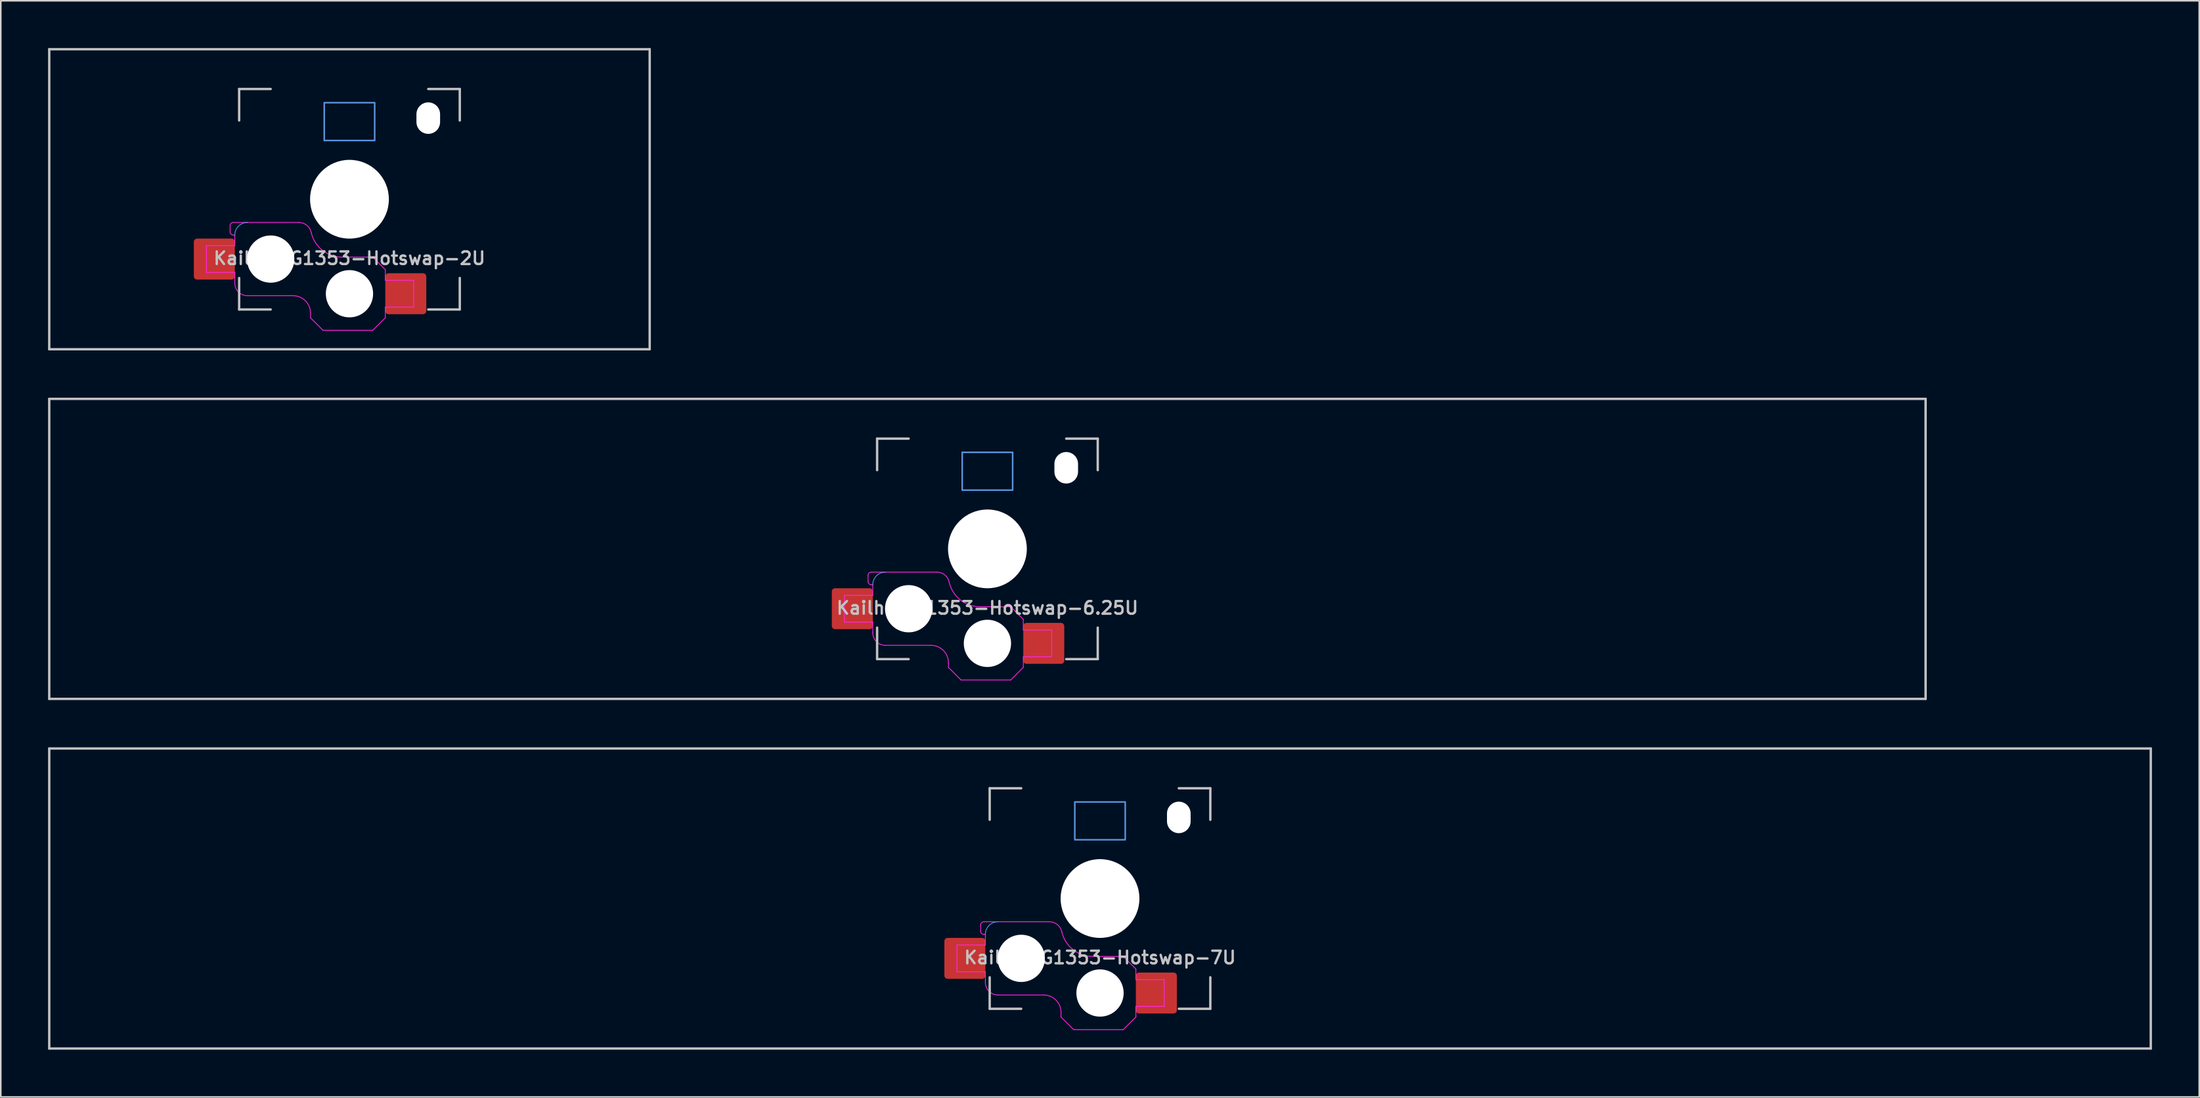
<source format=kicad_pcb>
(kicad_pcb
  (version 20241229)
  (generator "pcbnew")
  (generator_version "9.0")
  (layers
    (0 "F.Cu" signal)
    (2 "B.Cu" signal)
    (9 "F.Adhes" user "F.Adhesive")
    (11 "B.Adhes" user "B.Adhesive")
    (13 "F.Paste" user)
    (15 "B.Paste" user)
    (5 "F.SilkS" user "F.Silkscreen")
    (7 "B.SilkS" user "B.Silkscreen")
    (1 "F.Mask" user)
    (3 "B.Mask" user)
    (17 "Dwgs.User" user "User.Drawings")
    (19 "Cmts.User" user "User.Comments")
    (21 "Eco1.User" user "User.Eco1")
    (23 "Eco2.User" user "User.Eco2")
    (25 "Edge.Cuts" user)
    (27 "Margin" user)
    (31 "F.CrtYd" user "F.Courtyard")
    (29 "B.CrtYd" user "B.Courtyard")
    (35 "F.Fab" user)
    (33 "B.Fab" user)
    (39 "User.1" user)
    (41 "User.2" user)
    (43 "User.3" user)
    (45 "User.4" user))
  (footprint "Kailh-PG1353-Hotswap-6.25U"
    (layer "F.Cu")
    (at 59.606 31.8)
    (property "Reference" "Kailh-PG1353-Hotswap-6.25U" (at 0 3.75 0) (layer "Dwgs.User") (effects (font (size 0.8 0.8) (thickness 0.15))))
    (attr smd)
    (fp_line (start -59.531 -9.525) (end -59.531 9.525) (stroke (width 0.15) (type solid)) (layer "Dwgs.User"))
    (fp_line (start -7 -7) (end -5 -7) (stroke (width 0.15) (type solid)) (layer "Dwgs.User"))
    (fp_line (start -7 -5) (end -7 -7) (stroke (width 0.15) (type solid)) (layer "Dwgs.User"))
    (fp_line (start -7 5) (end -7 7) (stroke (width 0.15) (type solid)) (layer "Dwgs.User"))
    (fp_line (start -7 7) (end -5 7) (stroke (width 0.15) (type solid)) (layer "Dwgs.User"))
    (fp_line (start 5 -7) (end 7 -7) (stroke (width 0.15) (type solid)) (layer "Dwgs.User"))
    (fp_line (start 7 -7) (end 7 -5) (stroke (width 0.15) (type solid)) (layer "Dwgs.User"))
    (fp_line (start 7 5) (end 7 7) (stroke (width 0.15) (type solid)) (layer "Dwgs.User"))
    (fp_line (start 7 7) (end 5 7) (stroke (width 0.15) (type solid)) (layer "Dwgs.User"))
    (fp_line (start 59.531 -9.525) (end -59.531 -9.525) (stroke (width 0.15) (type solid)) (layer "Dwgs.User"))
    (fp_line (start 59.531 -9.525) (end 59.531 9.525) (stroke (width 0.15) (type solid)) (layer "Dwgs.User"))
    (fp_line (start 59.531 9.525) (end -59.531 9.525) (stroke (width 0.15) (type solid)) (layer "Dwgs.User"))
    (fp_rect (start -1.6 -3.73) (end 1.6 -6.13) (stroke (width 0.1) (type default)) (fill no) (layer "Cmts.User"))
    (fp_arc (start -7.274998 2.275) (mid -7.04069 1.709309) (end -6.475 1.475) (stroke (width 0.05) (type default)) (layer "Cmts.User"))
    (fp_line (start -9.075 2.95) (end -9.075 4.65) (stroke (width 0.05) (type default)) (layer "F.CrtYd"))
    (fp_line (start -9.075 4.65) (end -7.275 4.65) (stroke (width 0.05) (type default)) (layer "F.CrtYd"))
    (fp_line (start -7.575 1.675) (end -7.575 2.075) (stroke (width 0.05) (type default)) (layer "F.CrtYd"))
    (fp_line (start -7.375 2.275) (end -7.275 2.275) (stroke (width 0.05) (type default)) (layer "F.CrtYd"))
    (fp_line (start -7.275 2.275) (end -7.275 2.95) (stroke (width 0.05) (type default)) (layer "F.CrtYd"))
    (fp_line (start -7.275 2.95) (end -9.075 2.95) (stroke (width 0.05) (type default)) (layer "F.CrtYd"))
    (fp_line (start -7.275 5.325) (end -7.275 4.65) (stroke (width 0.05) (type default)) (layer "F.CrtYd"))
    (fp_line (start -6.475 1.475) (end -7.375 1.475) (stroke (width 0.05) (type default)) (layer "F.CrtYd"))
    (fp_line (start -6.475 1.475) (end -3.21 1.475) (stroke (width 0.05) (type default)) (layer "F.CrtYd"))
    (fp_line (start -3.575 6.125) (end -6.475 6.125) (stroke (width 0.05) (type default)) (layer "F.CrtYd"))
    (fp_line (start -2.475 7.525) (end -2.475 7.236) (stroke (width 0.05) (type default)) (layer "F.CrtYd"))
    (fp_line (start -1.675 8.325) (end -2.475 7.525) (stroke (width 0.05) (type default)) (layer "F.CrtYd"))
    (fp_line (start -0.475 3.675) (end 1.475 3.675) (stroke (width 0.05) (type default)) (layer "F.CrtYd"))
    (fp_line (start 1.475 3.675) (end 2.275 4.475) (stroke (width 0.05) (type default)) (layer "F.CrtYd"))
    (fp_line (start 1.475 8.325) (end -1.675 8.325) (stroke (width 0.05) (type default)) (layer "F.CrtYd"))
    (fp_line (start 2.275 4.475) (end 2.275 5.15) (stroke (width 0.05) (type default)) (layer "F.CrtYd"))
    (fp_line (start 2.275 5.15) (end 4.075 5.15) (stroke (width 0.05) (type default)) (layer "F.CrtYd"))
    (fp_line (start 2.275 7.525) (end 1.475 8.325) (stroke (width 0.05) (type default)) (layer "F.CrtYd"))
    (fp_line (start 2.275 7.525) (end 2.275 6.85) (stroke (width 0.05) (type default)) (layer "F.CrtYd"))
    (fp_line (start 4.075 5.15) (end 4.075 6.85) (stroke (width 0.05) (type default)) (layer "F.CrtYd"))
    (fp_line (start 4.075 6.85) (end 2.275 6.85) (stroke (width 0.05) (type default)) (layer "F.CrtYd"))
    (fp_arc (start -7.575 1.674988) (mid -7.516429 1.533562) (end -7.375 1.475) (stroke (width 0.05) (type default)) (layer "F.CrtYd"))
    (fp_arc (start -7.375029 2.275) (mid -7.51647 2.216449) (end -7.575 2.075) (stroke (width 0.05) (type default)) (layer "F.CrtYd"))
    (fp_arc (start -6.475029 6.125) (mid -7.040734 5.890713) (end -7.275 5.325) (stroke (width 0.05) (type default)) (layer "F.CrtYd"))
    (fp_arc (start -3.575029 6.125) (mid -2.793163 6.451277) (end -2.475 7.236481) (stroke (width 0.05) (type default)) (layer "F.CrtYd"))
    (fp_arc (start -3.209929 1.475) (mid -2.708523 1.651657) (end -2.428542 2.103571) (stroke (width 0.05) (type default)) (layer "F.CrtYd"))
    (fp_arc (start -0.474999 3.675) (mid -1.728566 3.233387) (end -2.428542 2.103571) (stroke (width 0.05) (type default)) (layer "F.CrtYd"))
    (pad "" np_thru_hole circle (at -5 3.8 180) (size 3 3) (drill 3) (layers "*.Cu" "*.Mask"))
    (pad "" np_thru_hole circle (at 0 0 180) (size 5 5) (drill 5.1) (layers "*.Cu" "*.Mask"))
    (pad "" np_thru_hole circle (at 0 6 180) (size 3 3) (drill 3) (layers "*.Cu" "*.Mask"))
    (pad "" np_thru_hole oval (at 5 -5.15 180) (size 1.5 2) (drill oval 1.5 2) (layers "*.Cu" "*.Mask"))
    (pad "1" smd roundrect (at -8.575 3.8 180) (size 2.6 2.6) (layers "F.Cu" "F.Mask" "F.Paste") (roundrect_rratio 0.077))
    (pad "2" smd roundrect (at 3.575 6 180) (size 2.6 2.6) (layers "F.Cu" "F.Mask" "F.Paste") (roundrect_rratio 0.077)))
  (footprint "Kailh-PG1353-Hotswap-7U"
    (layer "F.Cu")
    (at 66.75 54)
    (property "Reference" "Kailh-PG1353-Hotswap-7U" (at 0 3.75 0) (layer "Dwgs.User") (effects (font (size 0.8 0.8) (thickness 0.15))))
    (attr smd)
    (fp_line (start -66.675 -9.525) (end -66.675 9.525) (stroke (width 0.15) (type solid)) (layer "Dwgs.User"))
    (fp_line (start -7 -7) (end -5 -7) (stroke (width 0.15) (type solid)) (layer "Dwgs.User"))
    (fp_line (start -7 -5) (end -7 -7) (stroke (width 0.15) (type solid)) (layer "Dwgs.User"))
    (fp_line (start -7 5) (end -7 7) (stroke (width 0.15) (type solid)) (layer "Dwgs.User"))
    (fp_line (start -7 7) (end -5 7) (stroke (width 0.15) (type solid)) (layer "Dwgs.User"))
    (fp_line (start 5 -7) (end 7 -7) (stroke (width 0.15) (type solid)) (layer "Dwgs.User"))
    (fp_line (start 7 -7) (end 7 -5) (stroke (width 0.15) (type solid)) (layer "Dwgs.User"))
    (fp_line (start 7 5) (end 7 7) (stroke (width 0.15) (type solid)) (layer "Dwgs.User"))
    (fp_line (start 7 7) (end 5 7) (stroke (width 0.15) (type solid)) (layer "Dwgs.User"))
    (fp_line (start 66.675 -9.525) (end -66.675 -9.525) (stroke (width 0.15) (type solid)) (layer "Dwgs.User"))
    (fp_line (start 66.675 -9.525) (end 66.675 9.525) (stroke (width 0.15) (type solid)) (layer "Dwgs.User"))
    (fp_line (start 66.675 9.525) (end -66.675 9.525) (stroke (width 0.15) (type solid)) (layer "Dwgs.User"))
    (fp_rect (start -1.6 -3.73) (end 1.6 -6.13) (stroke (width 0.1) (type default)) (fill no) (layer "Cmts.User"))
    (fp_arc (start -7.274998 2.275) (mid -7.04069 1.709309) (end -6.475 1.475) (stroke (width 0.05) (type default)) (layer "Cmts.User"))
    (fp_line (start -9.075 2.95) (end -9.075 4.65) (stroke (width 0.05) (type default)) (layer "F.CrtYd"))
    (fp_line (start -9.075 4.65) (end -7.275 4.65) (stroke (width 0.05) (type default)) (layer "F.CrtYd"))
    (fp_line (start -7.575 1.675) (end -7.575 2.075) (stroke (width 0.05) (type default)) (layer "F.CrtYd"))
    (fp_line (start -7.375 2.275) (end -7.275 2.275) (stroke (width 0.05) (type default)) (layer "F.CrtYd"))
    (fp_line (start -7.275 2.275) (end -7.275 2.95) (stroke (width 0.05) (type default)) (layer "F.CrtYd"))
    (fp_line (start -7.275 2.95) (end -9.075 2.95) (stroke (width 0.05) (type default)) (layer "F.CrtYd"))
    (fp_line (start -7.275 5.325) (end -7.275 4.65) (stroke (width 0.05) (type default)) (layer "F.CrtYd"))
    (fp_line (start -6.475 1.475) (end -7.375 1.475) (stroke (width 0.05) (type default)) (layer "F.CrtYd"))
    (fp_line (start -6.475 1.475) (end -3.21 1.475) (stroke (width 0.05) (type default)) (layer "F.CrtYd"))
    (fp_line (start -3.575 6.125) (end -6.475 6.125) (stroke (width 0.05) (type default)) (layer "F.CrtYd"))
    (fp_line (start -2.475 7.525) (end -2.475 7.236) (stroke (width 0.05) (type default)) (layer "F.CrtYd"))
    (fp_line (start -1.675 8.325) (end -2.475 7.525) (stroke (width 0.05) (type default)) (layer "F.CrtYd"))
    (fp_line (start -0.475 3.675) (end 1.475 3.675) (stroke (width 0.05) (type default)) (layer "F.CrtYd"))
    (fp_line (start 1.475 3.675) (end 2.275 4.475) (stroke (width 0.05) (type default)) (layer "F.CrtYd"))
    (fp_line (start 1.475 8.325) (end -1.675 8.325) (stroke (width 0.05) (type default)) (layer "F.CrtYd"))
    (fp_line (start 2.275 4.475) (end 2.275 5.15) (stroke (width 0.05) (type default)) (layer "F.CrtYd"))
    (fp_line (start 2.275 5.15) (end 4.075 5.15) (stroke (width 0.05) (type default)) (layer "F.CrtYd"))
    (fp_line (start 2.275 7.525) (end 1.475 8.325) (stroke (width 0.05) (type default)) (layer "F.CrtYd"))
    (fp_line (start 2.275 7.525) (end 2.275 6.85) (stroke (width 0.05) (type default)) (layer "F.CrtYd"))
    (fp_line (start 4.075 5.15) (end 4.075 6.85) (stroke (width 0.05) (type default)) (layer "F.CrtYd"))
    (fp_line (start 4.075 6.85) (end 2.275 6.85) (stroke (width 0.05) (type default)) (layer "F.CrtYd"))
    (fp_arc (start -7.575 1.674988) (mid -7.516429 1.533562) (end -7.375 1.475) (stroke (width 0.05) (type default)) (layer "F.CrtYd"))
    (fp_arc (start -7.375029 2.275) (mid -7.51647 2.216449) (end -7.575 2.075) (stroke (width 0.05) (type default)) (layer "F.CrtYd"))
    (fp_arc (start -6.475029 6.125) (mid -7.040734 5.890713) (end -7.275 5.325) (stroke (width 0.05) (type default)) (layer "F.CrtYd"))
    (fp_arc (start -3.575029 6.125) (mid -2.793163 6.451277) (end -2.475 7.236481) (stroke (width 0.05) (type default)) (layer "F.CrtYd"))
    (fp_arc (start -3.209929 1.475) (mid -2.708523 1.651657) (end -2.428542 2.103571) (stroke (width 0.05) (type default)) (layer "F.CrtYd"))
    (fp_arc (start -0.474999 3.675) (mid -1.728566 3.233387) (end -2.428542 2.103571) (stroke (width 0.05) (type default)) (layer "F.CrtYd"))
    (pad "" np_thru_hole circle (at -5 3.8 180) (size 3 3) (drill 3) (layers "*.Cu" "*.Mask"))
    (pad "" np_thru_hole circle (at 0 0 180) (size 5 5) (drill 5.1) (layers "*.Cu" "*.Mask"))
    (pad "" np_thru_hole circle (at 0 6 180) (size 3 3) (drill 3) (layers "*.Cu" "*.Mask"))
    (pad "" np_thru_hole oval (at 5 -5.15 180) (size 1.5 2) (drill oval 1.5 2) (layers "*.Cu" "*.Mask"))
    (pad "1" smd roundrect (at -8.575 3.8 180) (size 2.6 2.6) (layers "F.Cu" "F.Mask" "F.Paste") (roundrect_rratio 0.077))
    (pad "2" smd roundrect (at 3.575 6 180) (size 2.6 2.6) (layers "F.Cu" "F.Mask" "F.Paste") (roundrect_rratio 0.077)))
  (footprint "Kailh-PG1353-Hotswap-2U"
    (layer "F.Cu")
    (at 19.125 9.6)
    (property "Reference" "Kailh-PG1353-Hotswap-2U" (at 0 3.75 0) (layer "Dwgs.User") (effects (font (size 0.8 0.8) (thickness 0.15))))
    (attr smd)
    (fp_line (start -19.05 -9.525) (end -19.05 9.525) (stroke (width 0.15) (type solid)) (layer "Dwgs.User"))
    (fp_line (start -7 -7) (end -5 -7) (stroke (width 0.15) (type solid)) (layer "Dwgs.User"))
    (fp_line (start -7 -5) (end -7 -7) (stroke (width 0.15) (type solid)) (layer "Dwgs.User"))
    (fp_line (start -7 5) (end -7 7) (stroke (width 0.15) (type solid)) (layer "Dwgs.User"))
    (fp_line (start -7 7) (end -5 7) (stroke (width 0.15) (type solid)) (layer "Dwgs.User"))
    (fp_line (start 5 -7) (end 7 -7) (stroke (width 0.15) (type solid)) (layer "Dwgs.User"))
    (fp_line (start 7 -7) (end 7 -5) (stroke (width 0.15) (type solid)) (layer "Dwgs.User"))
    (fp_line (start 7 5) (end 7 7) (stroke (width 0.15) (type solid)) (layer "Dwgs.User"))
    (fp_line (start 7 7) (end 5 7) (stroke (width 0.15) (type solid)) (layer "Dwgs.User"))
    (fp_line (start 19.05 -9.525) (end -19.05 -9.525) (stroke (width 0.15) (type solid)) (layer "Dwgs.User"))
    (fp_line (start 19.05 -9.525) (end 19.05 9.525) (stroke (width 0.15) (type solid)) (layer "Dwgs.User"))
    (fp_line (start 19.05 9.525) (end -19.05 9.525) (stroke (width 0.15) (type solid)) (layer "Dwgs.User"))
    (fp_rect (start -1.6 -3.73) (end 1.6 -6.13) (stroke (width 0.1) (type default)) (fill no) (layer "Cmts.User"))
    (fp_arc (start -7.274998 2.275) (mid -7.04069 1.709309) (end -6.475 1.475) (stroke (width 0.05) (type default)) (layer "Cmts.User"))
    (fp_line (start -9.075 2.95) (end -9.075 4.65) (stroke (width 0.05) (type default)) (layer "F.CrtYd"))
    (fp_line (start -9.075 4.65) (end -7.275 4.65) (stroke (width 0.05) (type default)) (layer "F.CrtYd"))
    (fp_line (start -7.575 1.675) (end -7.575 2.075) (stroke (width 0.05) (type default)) (layer "F.CrtYd"))
    (fp_line (start -7.375 2.275) (end -7.275 2.275) (stroke (width 0.05) (type default)) (layer "F.CrtYd"))
    (fp_line (start -7.275 2.275) (end -7.275 2.95) (stroke (width 0.05) (type default)) (layer "F.CrtYd"))
    (fp_line (start -7.275 2.95) (end -9.075 2.95) (stroke (width 0.05) (type default)) (layer "F.CrtYd"))
    (fp_line (start -7.275 5.325) (end -7.275 4.65) (stroke (width 0.05) (type default)) (layer "F.CrtYd"))
    (fp_line (start -6.475 1.475) (end -7.375 1.475) (stroke (width 0.05) (type default)) (layer "F.CrtYd"))
    (fp_line (start -6.475 1.475) (end -3.21 1.475) (stroke (width 0.05) (type default)) (layer "F.CrtYd"))
    (fp_line (start -3.575 6.125) (end -6.475 6.125) (stroke (width 0.05) (type default)) (layer "F.CrtYd"))
    (fp_line (start -2.475 7.525) (end -2.475 7.236) (stroke (width 0.05) (type default)) (layer "F.CrtYd"))
    (fp_line (start -1.675 8.325) (end -2.475 7.525) (stroke (width 0.05) (type default)) (layer "F.CrtYd"))
    (fp_line (start -0.475 3.675) (end 1.475 3.675) (stroke (width 0.05) (type default)) (layer "F.CrtYd"))
    (fp_line (start 1.475 3.675) (end 2.275 4.475) (stroke (width 0.05) (type default)) (layer "F.CrtYd"))
    (fp_line (start 1.475 8.325) (end -1.675 8.325) (stroke (width 0.05) (type default)) (layer "F.CrtYd"))
    (fp_line (start 2.275 4.475) (end 2.275 5.15) (stroke (width 0.05) (type default)) (layer "F.CrtYd"))
    (fp_line (start 2.275 5.15) (end 4.075 5.15) (stroke (width 0.05) (type default)) (layer "F.CrtYd"))
    (fp_line (start 2.275 7.525) (end 1.475 8.325) (stroke (width 0.05) (type default)) (layer "F.CrtYd"))
    (fp_line (start 2.275 7.525) (end 2.275 6.85) (stroke (width 0.05) (type default)) (layer "F.CrtYd"))
    (fp_line (start 4.075 5.15) (end 4.075 6.85) (stroke (width 0.05) (type default)) (layer "F.CrtYd"))
    (fp_line (start 4.075 6.85) (end 2.275 6.85) (stroke (width 0.05) (type default)) (layer "F.CrtYd"))
    (fp_arc (start -7.575 1.674988) (mid -7.516429 1.533562) (end -7.375 1.475) (stroke (width 0.05) (type default)) (layer "F.CrtYd"))
    (fp_arc (start -7.375029 2.275) (mid -7.51647 2.216449) (end -7.575 2.075) (stroke (width 0.05) (type default)) (layer "F.CrtYd"))
    (fp_arc (start -6.475029 6.125) (mid -7.040734 5.890713) (end -7.275 5.325) (stroke (width 0.05) (type default)) (layer "F.CrtYd"))
    (fp_arc (start -3.575029 6.125) (mid -2.793163 6.451277) (end -2.475 7.236481) (stroke (width 0.05) (type default)) (layer "F.CrtYd"))
    (fp_arc (start -3.209929 1.475) (mid -2.708523 1.651657) (end -2.428542 2.103571) (stroke (width 0.05) (type default)) (layer "F.CrtYd"))
    (fp_arc (start -0.474999 3.675) (mid -1.728566 3.233387) (end -2.428542 2.103571) (stroke (width 0.05) (type default)) (layer "F.CrtYd"))
    (pad "" np_thru_hole circle (at -5 3.8 180) (size 3 3) (drill 3) (layers "*.Cu" "*.Mask"))
    (pad "" np_thru_hole circle (at 0 0 180) (size 5 5) (drill 5.1) (layers "*.Cu" "*.Mask"))
    (pad "" np_thru_hole circle (at 0 6 180) (size 3 3) (drill 3) (layers "*.Cu" "*.Mask"))
    (pad "" np_thru_hole oval (at 5 -5.15 180) (size 1.5 2) (drill oval 1.5 2) (layers "*.Cu" "*.Mask"))
    (pad "1" smd roundrect (at -8.575 3.8 180) (size 2.6 2.6) (layers "F.Cu" "F.Mask" "F.Paste") (roundrect_rratio 0.077))
    (pad "2" smd roundrect (at 3.575 6 180) (size 2.6 2.6) (layers "F.Cu" "F.Mask" "F.Paste") (roundrect_rratio 0.077)))
  (gr_rect
    (start -3 -3)
    (end 136.5 66.6)
    (stroke (width 0.1) (type default))
    (fill no)
    (layer "Edge.Cuts")))
</source>
